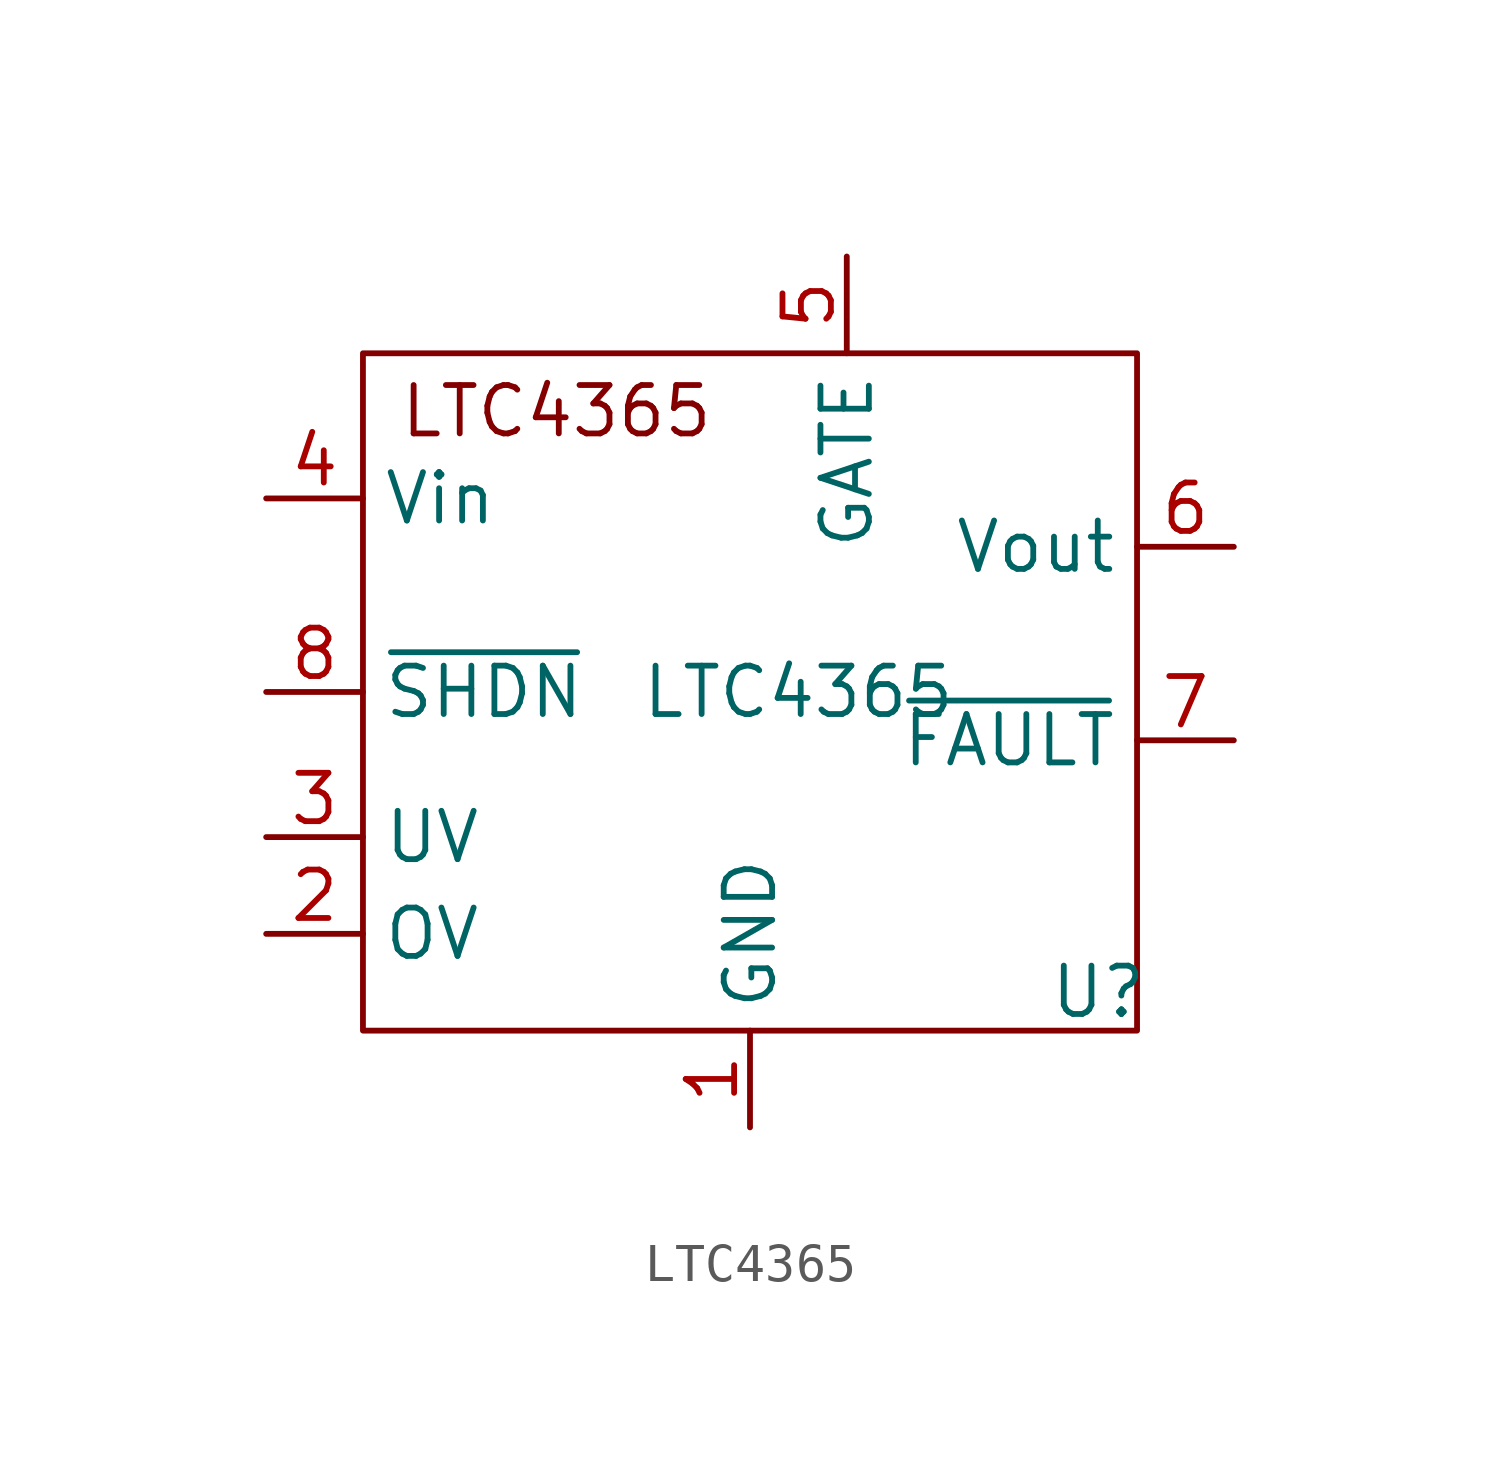
<source format=kicad_sym>
(kicad_symbol_lib
  (version 20241209)
  (generator "kicad_symbol_editor")
  (generator_version "9.0")
  (symbol "LTC4365"
    (property "Reference" "U"
      (at 7.874 -7.874 0)
      (effects (font (size 1.27 1.27))))
    (property "Value" "LTC4365"
      (at 0 0 0)
      (effects (font (size 1.27 1.27))))
    (symbol "LTC4365_0_1"
      (rectangle (start -11.43 8.89) (end 8.89 -8.89) (stroke (width 0) (type default)) (fill (type none))))
    (symbol "LTC4365_1_1"
      (text "LTC4365\n" (at -6.35 7.366 0) (effects (font (size 1.27 1.27))))
      (pin power_in line (at -13.97 5.08 0) (length 2.54) (name "Vin" (effects (font (size 1.27 1.27)))) (number "4" (effects (font (size 1.27 1.27)))))
      (pin passive line (at -13.97 0 0) (length 2.54) (name "~{SHDN}" (effects (font (size 1.27 1.27)))) (number "8" (effects (font (size 1.27 1.27)))))
      (pin input line (at -13.97 -3.81 0) (length 2.54) (name "UV" (effects (font (size 1.27 1.27)))) (number "3" (effects (font (size 1.27 1.27)))))
      (pin input line (at -13.97 -6.35 0) (length 2.54) (name "OV" (effects (font (size 1.27 1.27)))) (number "2" (effects (font (size 1.27 1.27)))))
      (pin power_in line (at -1.27 -11.43 90) (length 2.54) (name "GND" (effects (font (size 1.27 1.27)))) (number "1" (effects (font (size 1.27 1.27)))))
      (pin output line (at 1.27 11.43 270) (length 2.54) (name "GATE" (effects (font (size 1.27 1.27)))) (number "5" (effects (font (size 1.27 1.27)))))
      (pin passive line (at 11.43 3.81 180) (length 2.54) (name "Vout" (effects (font (size 1.27 1.27)))) (number "6" (effects (font (size 1.27 1.27)))))
      (pin output line (at 11.43 -1.27 180) (length 2.54) (name "~{FAULT}" (effects (font (size 1.27 1.27)))) (number "7" (effects (font (size 1.27 1.27))))))))
</source>
